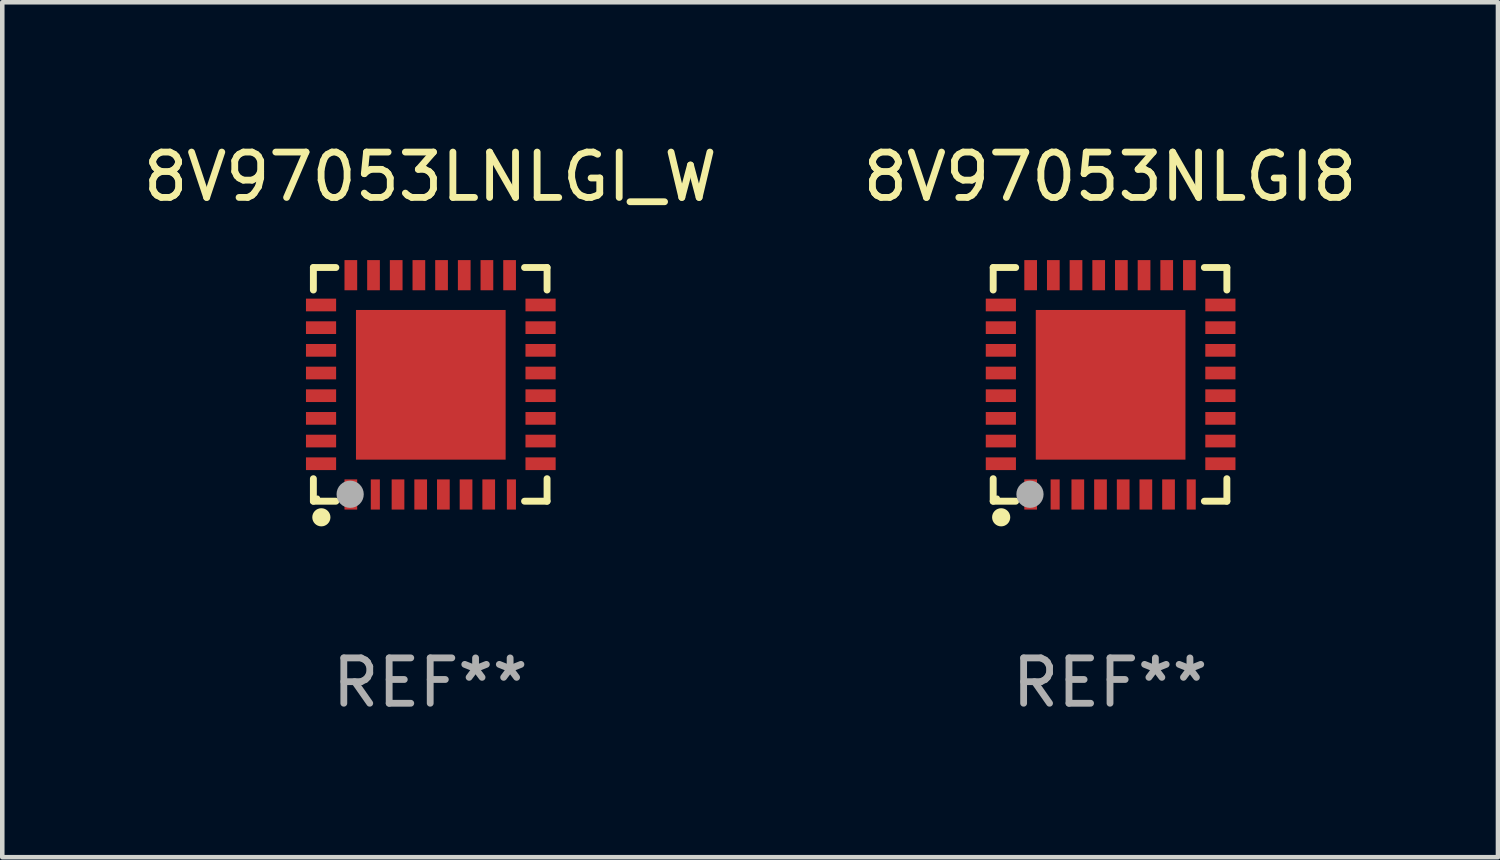
<source format=kicad_pcb>
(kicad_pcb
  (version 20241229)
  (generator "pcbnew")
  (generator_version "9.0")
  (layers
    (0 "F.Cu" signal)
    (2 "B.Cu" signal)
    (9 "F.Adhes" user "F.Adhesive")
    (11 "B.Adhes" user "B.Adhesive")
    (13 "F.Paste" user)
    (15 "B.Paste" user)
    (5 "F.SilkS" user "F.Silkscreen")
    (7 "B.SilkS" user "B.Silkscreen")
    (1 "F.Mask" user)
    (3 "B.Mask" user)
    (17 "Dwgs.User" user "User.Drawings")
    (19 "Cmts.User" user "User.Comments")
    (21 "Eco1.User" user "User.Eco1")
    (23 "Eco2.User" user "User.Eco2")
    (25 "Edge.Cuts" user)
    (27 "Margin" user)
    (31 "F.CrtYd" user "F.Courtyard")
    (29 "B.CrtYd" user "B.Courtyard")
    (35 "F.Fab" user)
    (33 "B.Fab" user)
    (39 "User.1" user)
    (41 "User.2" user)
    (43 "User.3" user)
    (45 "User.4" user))
  (footprint "8V97053LNLGI_W"
    (layer "F.Cu")
    (at 6.435 5.424)
    (property "Reference" "8V97053LNLGI_W" (at 0 -4.576 0) (layer "F.SilkS") (effects (font (size 1 1) (thickness 0.15))))
    (attr through_hole)
    (fp_line (start -2.576 -2.576) (end -2.576 -2.08) (stroke (width 0.152) (type solid)) (layer "F.SilkS"))
    (fp_line (start -2.576 2.576) (end -2.576 2.08) (stroke (width 0.152) (type solid)) (layer "F.SilkS"))
    (fp_line (start -2.08 -2.576) (end -2.576 -2.576) (stroke (width 0.152) (type solid)) (layer "F.SilkS"))
    (fp_line (start -2.08 2.576) (end -2.576 2.576) (stroke (width 0.152) (type solid)) (layer "F.SilkS"))
    (fp_line (start 2.08 -2.576) (end 2.576 -2.576) (stroke (width 0.152) (type solid)) (layer "F.SilkS"))
    (fp_line (start 2.08 2.576) (end 2.576 2.576) (stroke (width 0.152) (type solid)) (layer "F.SilkS"))
    (fp_line (start 2.576 -2.576) (end 2.576 -2.08) (stroke (width 0.152) (type solid)) (layer "F.SilkS"))
    (fp_line (start 2.576 2.576) (end 2.576 2.08) (stroke (width 0.152) (type solid)) (layer "F.SilkS"))
    (fp_circle (center -2.487 2.51) (end -2.457 2.51) (stroke (width 0.06) (type solid)) (fill no) (layer "F.SilkS"))
    (fp_circle (center -2.4 2.931) (end -2.3 2.931) (stroke (width 0.2) (type solid)) (fill no) (layer "F.SilkS"))
    (fp_circle (center -1.765 2.423) (end -1.615 2.423) (stroke (width 0.3) (type solid)) (fill no) (layer "F.Fab"))
    (fp_text user "REF**" (at 0 6.576 0) (layer "F.Fab") (effects (font (size 1 1) (thickness 0.15))))
    (pad "1" smd rect (at -1.75 2.428) (size 0.28 0.665) (layers "F.Cu" "F.Mask" "F.Paste"))
    (pad "2" smd rect (at -1.21 2.428) (size 0.2 0.665) (layers "F.Cu" "F.Mask" "F.Paste"))
    (pad "3" smd rect (at -0.71 2.428) (size 0.28 0.665) (layers "F.Cu" "F.Mask" "F.Paste"))
    (pad "4" smd rect (at -0.21 2.428) (size 0.28 0.665) (layers "F.Cu" "F.Mask" "F.Paste"))
    (pad "5" smd rect (at 0.29 2.428) (size 0.28 0.665) (layers "F.Cu" "F.Mask" "F.Paste"))
    (pad "6" smd rect (at 0.79 2.428) (size 0.28 0.665) (layers "F.Cu" "F.Mask" "F.Paste"))
    (pad "7" smd rect (at 1.29 2.428) (size 0.28 0.665) (layers "F.Cu" "F.Mask" "F.Paste"))
    (pad "8" smd rect (at 1.79 2.428) (size 0.2 0.665) (layers "F.Cu" "F.Mask" "F.Paste"))
    (pad "9" smd rect (at 2.433 1.75) (size 0.665 0.28) (layers "F.Cu" "F.Mask" "F.Paste"))
    (pad "10" smd rect (at 2.433 1.25) (size 0.665 0.28) (layers "F.Cu" "F.Mask" "F.Paste"))
    (pad "11" smd rect (at 2.433 0.75) (size 0.665 0.28) (layers "F.Cu" "F.Mask" "F.Paste"))
    (pad "12" smd rect (at 2.433 0.25) (size 0.665 0.28) (layers "F.Cu" "F.Mask" "F.Paste"))
    (pad "13" smd rect (at 2.433 -0.25) (size 0.665 0.28) (layers "F.Cu" "F.Mask" "F.Paste"))
    (pad "14" smd rect (at 2.433 -0.75) (size 0.665 0.28) (layers "F.Cu" "F.Mask" "F.Paste"))
    (pad "15" smd rect (at 2.433 -1.25) (size 0.665 0.28) (layers "F.Cu" "F.Mask" "F.Paste"))
    (pad "16" smd rect (at 2.433 -1.75) (size 0.665 0.28) (layers "F.Cu" "F.Mask" "F.Paste"))
    (pad "17" smd rect (at 1.75 -2.407) (size 0.28 0.665) (layers "F.Cu" "F.Mask" "F.Paste"))
    (pad "18" smd rect (at 1.25 -2.407) (size 0.28 0.665) (layers "F.Cu" "F.Mask" "F.Paste"))
    (pad "19" smd rect (at 0.75 -2.407) (size 0.28 0.665) (layers "F.Cu" "F.Mask" "F.Paste"))
    (pad "20" smd rect (at 0.25 -2.407) (size 0.28 0.665) (layers "F.Cu" "F.Mask" "F.Paste"))
    (pad "21" smd rect (at -0.25 -2.407) (size 0.28 0.665) (layers "F.Cu" "F.Mask" "F.Paste"))
    (pad "22" smd rect (at -0.75 -2.407) (size 0.28 0.665) (layers "F.Cu" "F.Mask" "F.Paste"))
    (pad "23" smd rect (at -1.25 -2.407) (size 0.28 0.665) (layers "F.Cu" "F.Mask" "F.Paste"))
    (pad "24" smd rect (at -1.75 -2.407) (size 0.28 0.665) (layers "F.Cu" "F.Mask" "F.Paste"))
    (pad "25" smd rect (at -2.407 -1.75) (size 0.665 0.28) (layers "F.Cu" "F.Mask" "F.Paste"))
    (pad "26" smd rect (at -2.407 -1.25) (size 0.665 0.28) (layers "F.Cu" "F.Mask" "F.Paste"))
    (pad "27" smd rect (at -2.407 -0.75) (size 0.665 0.28) (layers "F.Cu" "F.Mask" "F.Paste"))
    (pad "28" smd rect (at -2.407 -0.25) (size 0.665 0.28) (layers "F.Cu" "F.Mask" "F.Paste"))
    (pad "29" smd rect (at -2.407 0.25) (size 0.665 0.28) (layers "F.Cu" "F.Mask" "F.Paste"))
    (pad "30" smd rect (at -2.407 0.75) (size 0.665 0.28) (layers "F.Cu" "F.Mask" "F.Paste"))
    (pad "31" smd rect (at -2.407 1.25) (size 0.665 0.28) (layers "F.Cu" "F.Mask" "F.Paste"))
    (pad "32" smd rect (at -2.407 1.75) (size 0.665 0.28) (layers "F.Cu" "F.Mask" "F.Paste"))
    (pad "33" smd rect (at 0.013 0.01) (size 3.3 3.3) (layers "F.Cu" "F.Mask" "F.Paste")))
  (footprint "8V97053NLGI8"
    (layer "F.Cu")
    (at 21.423 5.424)
    (property "Reference" "8V97053NLGI8" (at 0 -4.576 0) (layer "F.SilkS") (effects (font (size 1 1) (thickness 0.15))))
    (attr through_hole)
    (fp_line (start -2.576 -2.576) (end -2.576 -2.08) (stroke (width 0.152) (type solid)) (layer "F.SilkS"))
    (fp_line (start -2.576 2.576) (end -2.576 2.08) (stroke (width 0.152) (type solid)) (layer "F.SilkS"))
    (fp_line (start -2.08 -2.576) (end -2.576 -2.576) (stroke (width 0.152) (type solid)) (layer "F.SilkS"))
    (fp_line (start -2.08 2.576) (end -2.576 2.576) (stroke (width 0.152) (type solid)) (layer "F.SilkS"))
    (fp_line (start 2.08 -2.576) (end 2.576 -2.576) (stroke (width 0.152) (type solid)) (layer "F.SilkS"))
    (fp_line (start 2.08 2.576) (end 2.576 2.576) (stroke (width 0.152) (type solid)) (layer "F.SilkS"))
    (fp_line (start 2.576 -2.576) (end 2.576 -2.08) (stroke (width 0.152) (type solid)) (layer "F.SilkS"))
    (fp_line (start 2.576 2.576) (end 2.576 2.08) (stroke (width 0.152) (type solid)) (layer "F.SilkS"))
    (fp_circle (center -2.487 2.51) (end -2.457 2.51) (stroke (width 0.06) (type solid)) (fill no) (layer "F.SilkS"))
    (fp_circle (center -2.4 2.931) (end -2.3 2.931) (stroke (width 0.2) (type solid)) (fill no) (layer "F.SilkS"))
    (fp_circle (center -1.765 2.423) (end -1.615 2.423) (stroke (width 0.3) (type solid)) (fill no) (layer "F.Fab"))
    (fp_text user "REF**" (at 0 6.576 0) (layer "F.Fab") (effects (font (size 1 1) (thickness 0.15))))
    (pad "1" smd rect (at -1.75 2.428) (size 0.28 0.665) (layers "F.Cu" "F.Mask" "F.Paste"))
    (pad "2" smd rect (at -1.21 2.428) (size 0.2 0.665) (layers "F.Cu" "F.Mask" "F.Paste"))
    (pad "3" smd rect (at -0.71 2.428) (size 0.28 0.665) (layers "F.Cu" "F.Mask" "F.Paste"))
    (pad "4" smd rect (at -0.21 2.428) (size 0.28 0.665) (layers "F.Cu" "F.Mask" "F.Paste"))
    (pad "5" smd rect (at 0.29 2.428) (size 0.28 0.665) (layers "F.Cu" "F.Mask" "F.Paste"))
    (pad "6" smd rect (at 0.79 2.428) (size 0.28 0.665) (layers "F.Cu" "F.Mask" "F.Paste"))
    (pad "7" smd rect (at 1.29 2.428) (size 0.28 0.665) (layers "F.Cu" "F.Mask" "F.Paste"))
    (pad "8" smd rect (at 1.79 2.428) (size 0.2 0.665) (layers "F.Cu" "F.Mask" "F.Paste"))
    (pad "9" smd rect (at 2.433 1.75) (size 0.665 0.28) (layers "F.Cu" "F.Mask" "F.Paste"))
    (pad "10" smd rect (at 2.433 1.25) (size 0.665 0.28) (layers "F.Cu" "F.Mask" "F.Paste"))
    (pad "11" smd rect (at 2.433 0.75) (size 0.665 0.28) (layers "F.Cu" "F.Mask" "F.Paste"))
    (pad "12" smd rect (at 2.433 0.25) (size 0.665 0.28) (layers "F.Cu" "F.Mask" "F.Paste"))
    (pad "13" smd rect (at 2.433 -0.25) (size 0.665 0.28) (layers "F.Cu" "F.Mask" "F.Paste"))
    (pad "14" smd rect (at 2.433 -0.75) (size 0.665 0.28) (layers "F.Cu" "F.Mask" "F.Paste"))
    (pad "15" smd rect (at 2.433 -1.25) (size 0.665 0.28) (layers "F.Cu" "F.Mask" "F.Paste"))
    (pad "16" smd rect (at 2.433 -1.75) (size 0.665 0.28) (layers "F.Cu" "F.Mask" "F.Paste"))
    (pad "17" smd rect (at 1.75 -2.407) (size 0.28 0.665) (layers "F.Cu" "F.Mask" "F.Paste"))
    (pad "18" smd rect (at 1.25 -2.407) (size 0.28 0.665) (layers "F.Cu" "F.Mask" "F.Paste"))
    (pad "19" smd rect (at 0.75 -2.407) (size 0.28 0.665) (layers "F.Cu" "F.Mask" "F.Paste"))
    (pad "20" smd rect (at 0.25 -2.407) (size 0.28 0.665) (layers "F.Cu" "F.Mask" "F.Paste"))
    (pad "21" smd rect (at -0.25 -2.407) (size 0.28 0.665) (layers "F.Cu" "F.Mask" "F.Paste"))
    (pad "22" smd rect (at -0.75 -2.407) (size 0.28 0.665) (layers "F.Cu" "F.Mask" "F.Paste"))
    (pad "23" smd rect (at -1.25 -2.407) (size 0.28 0.665) (layers "F.Cu" "F.Mask" "F.Paste"))
    (pad "24" smd rect (at -1.75 -2.407) (size 0.28 0.665) (layers "F.Cu" "F.Mask" "F.Paste"))
    (pad "25" smd rect (at -2.407 -1.75) (size 0.665 0.28) (layers "F.Cu" "F.Mask" "F.Paste"))
    (pad "26" smd rect (at -2.407 -1.25) (size 0.665 0.28) (layers "F.Cu" "F.Mask" "F.Paste"))
    (pad "27" smd rect (at -2.407 -0.75) (size 0.665 0.28) (layers "F.Cu" "F.Mask" "F.Paste"))
    (pad "28" smd rect (at -2.407 -0.25) (size 0.665 0.28) (layers "F.Cu" "F.Mask" "F.Paste"))
    (pad "29" smd rect (at -2.407 0.25) (size 0.665 0.28) (layers "F.Cu" "F.Mask" "F.Paste"))
    (pad "30" smd rect (at -2.407 0.75) (size 0.665 0.28) (layers "F.Cu" "F.Mask" "F.Paste"))
    (pad "31" smd rect (at -2.407 1.25) (size 0.665 0.28) (layers "F.Cu" "F.Mask" "F.Paste"))
    (pad "32" smd rect (at -2.407 1.75) (size 0.665 0.28) (layers "F.Cu" "F.Mask" "F.Paste"))
    (pad "33" smd rect (at 0.013 0.01) (size 3.3 3.3) (layers "F.Cu" "F.Mask" "F.Paste")))
  (gr_rect
    (start -3 -3)
    (end 29.976 15.849)
    (stroke (width 0.1) (type default))
    (fill no)
    (layer "Edge.Cuts")))
</source>
